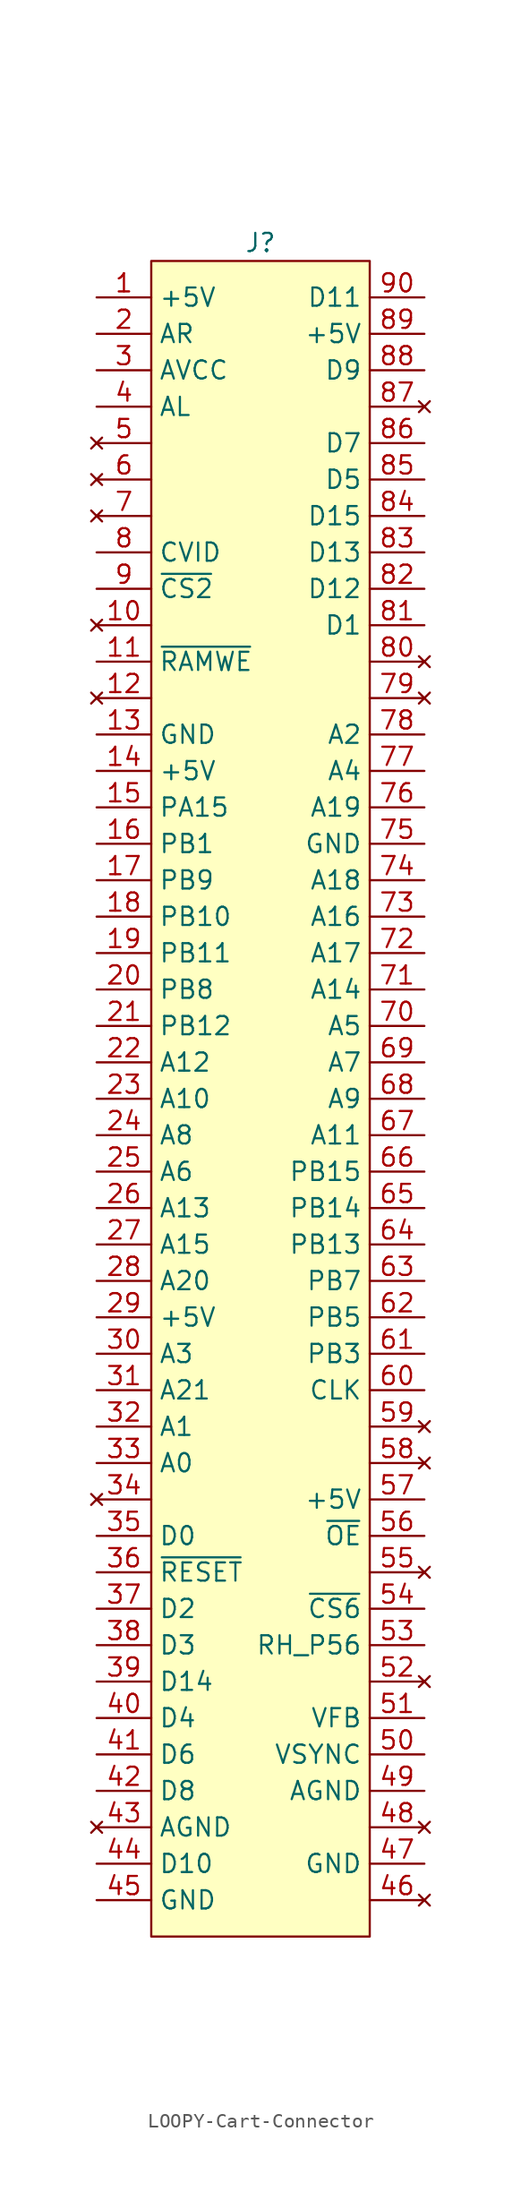
<source format=kicad_sym>
(kicad_symbol_lib
  (version 20220914)
  (generator kicad_symbol_editor)
  (symbol "LOOPY-Cart-Connector"
    (property "Reference" "J"
      (at 0 1.27 0)
      (effects (font (size 1.27 1.27))))
    (property "Value" ""
      (at 0 0 0)
      (effects (font (size 1.27 1.27))))
    (symbol "LOOPY-Cart-Connector_1_1"
      (rectangle (start -7.62 0) (end 7.62 -116.84) (stroke (width 0) (type default)) (fill (type background)))
      (pin power_in line (at -11.43 -2.54 0) (length 3.81) (name "+5V" (effects (font (size 1.27 1.27)))) (number "1" (effects (font (size 1.27 1.27)))))
      (pin no_connect line (at -11.43 -25.4 0) (length 3.81) (name "" (effects (font (size 1.27 1.27)))) (number "10" (effects (font (size 1.27 1.27)))))
      (pin output line (at -11.43 -27.94 0) (length 3.81) (name "~{RAMWE}" (effects (font (size 1.27 1.27)))) (number "11" (effects (font (size 1.27 1.27)))))
      (pin no_connect line (at -11.43 -30.48 0) (length 3.81) (name "" (effects (font (size 1.27 1.27)))) (number "12" (effects (font (size 1.27 1.27)))))
      (pin power_in line (at -11.43 -33.02 0) (length 3.81) (name "GND" (effects (font (size 1.27 1.27)))) (number "13" (effects (font (size 1.27 1.27)))))
      (pin power_in line (at -11.43 -35.56 0) (length 3.81) (name "+5V" (effects (font (size 1.27 1.27)))) (number "14" (effects (font (size 1.27 1.27)))))
      (pin passive line (at -11.43 -38.1 0) (length 3.81) (name "PA15" (effects (font (size 1.27 1.27)))) (number "15" (effects (font (size 1.27 1.27)))))
      (pin passive line (at -11.43 -40.64 0) (length 3.81) (name "PB1" (effects (font (size 1.27 1.27)))) (number "16" (effects (font (size 1.27 1.27)))))
      (pin passive line (at -11.43 -43.18 0) (length 3.81) (name "PB9" (effects (font (size 1.27 1.27)))) (number "17" (effects (font (size 1.27 1.27)))))
      (pin passive line (at -11.43 -45.72 0) (length 3.81) (name "PB10" (effects (font (size 1.27 1.27)))) (number "18" (effects (font (size 1.27 1.27)))))
      (pin passive line (at -11.43 -48.26 0) (length 3.81) (name "PB11" (effects (font (size 1.27 1.27)))) (number "19" (effects (font (size 1.27 1.27)))))
      (pin passive line (at -11.43 -5.08 0) (length 3.81) (name "AR" (effects (font (size 1.27 1.27)))) (number "2" (effects (font (size 1.27 1.27)))))
      (pin passive line (at -11.43 -50.8 0) (length 3.81) (name "PB8" (effects (font (size 1.27 1.27)))) (number "20" (effects (font (size 1.27 1.27)))))
      (pin passive line (at -11.43 -53.34 0) (length 3.81) (name "PB12" (effects (font (size 1.27 1.27)))) (number "21" (effects (font (size 1.27 1.27)))))
      (pin bidirectional line (at -11.43 -55.88 0) (length 3.81) (name "A12" (effects (font (size 1.27 1.27)))) (number "22" (effects (font (size 1.27 1.27)))))
      (pin bidirectional line (at -11.43 -58.42 0) (length 3.81) (name "A10" (effects (font (size 1.27 1.27)))) (number "23" (effects (font (size 1.27 1.27)))))
      (pin bidirectional line (at -11.43 -60.96 0) (length 3.81) (name "A8" (effects (font (size 1.27 1.27)))) (number "24" (effects (font (size 1.27 1.27)))))
      (pin bidirectional line (at -11.43 -63.5 0) (length 3.81) (name "A6" (effects (font (size 1.27 1.27)))) (number "25" (effects (font (size 1.27 1.27)))))
      (pin bidirectional line (at -11.43 -66.04 0) (length 3.81) (name "A13" (effects (font (size 1.27 1.27)))) (number "26" (effects (font (size 1.27 1.27)))))
      (pin bidirectional line (at -11.43 -68.58 0) (length 3.81) (name "A15" (effects (font (size 1.27 1.27)))) (number "27" (effects (font (size 1.27 1.27)))))
      (pin bidirectional line (at -11.43 -71.12 0) (length 3.81) (name "A20" (effects (font (size 1.27 1.27)))) (number "28" (effects (font (size 1.27 1.27)))))
      (pin power_out line (at -11.43 -73.66 0) (length 3.81) (name "+5V" (effects (font (size 1.27 1.27)))) (number "29" (effects (font (size 1.27 1.27)))))
      (pin passive line (at -11.43 -7.62 0) (length 3.81) (name "AVCC" (effects (font (size 1.27 1.27)))) (number "3" (effects (font (size 1.27 1.27)))))
      (pin bidirectional line (at -11.43 -76.2 0) (length 3.81) (name "A3" (effects (font (size 1.27 1.27)))) (number "30" (effects (font (size 1.27 1.27)))))
      (pin bidirectional line (at -11.43 -78.74 0) (length 3.81) (name "A21" (effects (font (size 1.27 1.27)))) (number "31" (effects (font (size 1.27 1.27)))))
      (pin bidirectional line (at -11.43 -81.28 0) (length 3.81) (name "A1" (effects (font (size 1.27 1.27)))) (number "32" (effects (font (size 1.27 1.27)))))
      (pin bidirectional line (at -11.43 -83.82 0) (length 3.81) (name "A0" (effects (font (size 1.27 1.27)))) (number "33" (effects (font (size 1.27 1.27)))))
      (pin no_connect line (at -11.43 -86.36 0) (length 3.81) (name "" (effects (font (size 1.27 1.27)))) (number "34" (effects (font (size 1.27 1.27)))))
      (pin bidirectional line (at -11.43 -88.9 0) (length 3.81) (name "D0" (effects (font (size 1.27 1.27)))) (number "35" (effects (font (size 1.27 1.27)))))
      (pin output line (at -11.43 -91.44 0) (length 3.81) (name "~{RESET}" (effects (font (size 1.27 1.27)))) (number "36" (effects (font (size 1.27 1.27)))))
      (pin bidirectional line (at -11.43 -93.98 0) (length 3.81) (name "D2" (effects (font (size 1.27 1.27)))) (number "37" (effects (font (size 1.27 1.27)))))
      (pin bidirectional line (at -11.43 -96.52 0) (length 3.81) (name "D3" (effects (font (size 1.27 1.27)))) (number "38" (effects (font (size 1.27 1.27)))))
      (pin bidirectional line (at -11.43 -99.06 0) (length 3.81) (name "D14" (effects (font (size 1.27 1.27)))) (number "39" (effects (font (size 1.27 1.27)))))
      (pin passive line (at -11.43 -10.16 0) (length 3.81) (name "AL" (effects (font (size 1.27 1.27)))) (number "4" (effects (font (size 1.27 1.27)))))
      (pin bidirectional line (at -11.43 -101.6 0) (length 3.81) (name "D4" (effects (font (size 1.27 1.27)))) (number "40" (effects (font (size 1.27 1.27)))))
      (pin bidirectional line (at -11.43 -104.14 0) (length 3.81) (name "D6" (effects (font (size 1.27 1.27)))) (number "41" (effects (font (size 1.27 1.27)))))
      (pin bidirectional line (at -11.43 -106.68 0) (length 3.81) (name "D8" (effects (font (size 1.27 1.27)))) (number "42" (effects (font (size 1.27 1.27)))))
      (pin no_connect line (at -11.43 -109.22 0) (length 3.81) (name "AGND" (effects (font (size 1.27 1.27)))) (number "43" (effects (font (size 1.27 1.27)))))
      (pin bidirectional line (at -11.43 -111.76 0) (length 3.81) (name "D10" (effects (font (size 1.27 1.27)))) (number "44" (effects (font (size 1.27 1.27)))))
      (pin power_in line (at -11.43 -114.3 0) (length 3.81) (name "GND" (effects (font (size 1.27 1.27)))) (number "45" (effects (font (size 1.27 1.27)))))
      (pin no_connect line (at 11.43 -114.3 180) (length 3.81) (name "" (effects (font (size 1.27 1.27)))) (number "46" (effects (font (size 1.27 1.27)))))
      (pin power_in line (at 11.43 -111.76 180) (length 3.81) (name "GND" (effects (font (size 1.27 1.27)))) (number "47" (effects (font (size 1.27 1.27)))))
      (pin no_connect line (at 11.43 -109.22 180) (length 3.81) (name "" (effects (font (size 1.27 1.27)))) (number "48" (effects (font (size 1.27 1.27)))))
      (pin passive line (at 11.43 -106.68 180) (length 3.81) (name "AGND" (effects (font (size 1.27 1.27)))) (number "49" (effects (font (size 1.27 1.27)))))
      (pin no_connect line (at -11.43 -12.7 0) (length 3.81) (name "" (effects (font (size 1.27 1.27)))) (number "5" (effects (font (size 1.27 1.27)))))
      (pin passive line (at 11.43 -104.14 180) (length 3.81) (name "VSYNC" (effects (font (size 1.27 1.27)))) (number "50" (effects (font (size 1.27 1.27)))))
      (pin passive line (at 11.43 -101.6 180) (length 3.81) (name "VFB" (effects (font (size 1.27 1.27)))) (number "51" (effects (font (size 1.27 1.27)))))
      (pin no_connect line (at 11.43 -99.06 180) (length 3.81) (name "" (effects (font (size 1.27 1.27)))) (number "52" (effects (font (size 1.27 1.27)))))
      (pin passive line (at 11.43 -96.52 180) (length 3.81) (name "RH_P56" (effects (font (size 1.27 1.27)))) (number "53" (effects (font (size 1.27 1.27)))))
      (pin output line (at 11.43 -93.98 180) (length 3.81) (name "~{CS6}" (effects (font (size 1.27 1.27)))) (number "54" (effects (font (size 1.27 1.27)))))
      (pin no_connect line (at 11.43 -91.44 180) (length 3.81) (name "" (effects (font (size 1.27 1.27)))) (number "55" (effects (font (size 1.27 1.27)))))
      (pin passive line (at 11.43 -88.9 180) (length 3.81) (name "~{OE}" (effects (font (size 1.27 1.27)))) (number "56" (effects (font (size 1.27 1.27)))))
      (pin power_in line (at 11.43 -86.36 180) (length 3.81) (name "+5V" (effects (font (size 1.27 1.27)))) (number "57" (effects (font (size 1.27 1.27)))))
      (pin no_connect line (at 11.43 -83.82 180) (length 3.81) (name "" (effects (font (size 1.27 1.27)))) (number "58" (effects (font (size 1.27 1.27)))))
      (pin no_connect line (at 11.43 -81.28 180) (length 3.81) (name "" (effects (font (size 1.27 1.27)))) (number "59" (effects (font (size 1.27 1.27)))))
      (pin no_connect line (at -11.43 -15.24 0) (length 3.81) (name "" (effects (font (size 1.27 1.27)))) (number "6" (effects (font (size 1.27 1.27)))))
      (pin passive line (at 11.43 -78.74 180) (length 3.81) (name "CLK" (effects (font (size 1.27 1.27)))) (number "60" (effects (font (size 1.27 1.27)))))
      (pin passive line (at 11.43 -76.2 180) (length 3.81) (name "PB3" (effects (font (size 1.27 1.27)))) (number "61" (effects (font (size 1.27 1.27)))))
      (pin passive line (at 11.43 -73.66 180) (length 3.81) (name "PB5" (effects (font (size 1.27 1.27)))) (number "62" (effects (font (size 1.27 1.27)))))
      (pin passive line (at 11.43 -71.12 180) (length 3.81) (name "PB7" (effects (font (size 1.27 1.27)))) (number "63" (effects (font (size 1.27 1.27)))))
      (pin passive line (at 11.43 -68.58 180) (length 3.81) (name "PB13" (effects (font (size 1.27 1.27)))) (number "64" (effects (font (size 1.27 1.27)))))
      (pin passive line (at 11.43 -66.04 180) (length 3.81) (name "PB14" (effects (font (size 1.27 1.27)))) (number "65" (effects (font (size 1.27 1.27)))))
      (pin passive line (at 11.43 -63.5 180) (length 3.81) (name "PB15" (effects (font (size 1.27 1.27)))) (number "66" (effects (font (size 1.27 1.27)))))
      (pin bidirectional line (at 11.43 -60.96 180) (length 3.81) (name "A11" (effects (font (size 1.27 1.27)))) (number "67" (effects (font (size 1.27 1.27)))))
      (pin bidirectional line (at 11.43 -58.42 180) (length 3.81) (name "A9" (effects (font (size 1.27 1.27)))) (number "68" (effects (font (size 1.27 1.27)))))
      (pin bidirectional line (at 11.43 -55.88 180) (length 3.81) (name "A7" (effects (font (size 1.27 1.27)))) (number "69" (effects (font (size 1.27 1.27)))))
      (pin no_connect line (at -11.43 -17.78 0) (length 3.81) (name "" (effects (font (size 1.27 1.27)))) (number "7" (effects (font (size 1.27 1.27)))))
      (pin bidirectional line (at 11.43 -53.34 180) (length 3.81) (name "A5" (effects (font (size 1.27 1.27)))) (number "70" (effects (font (size 1.27 1.27)))))
      (pin bidirectional line (at 11.43 -50.8 180) (length 3.81) (name "A14" (effects (font (size 1.27 1.27)))) (number "71" (effects (font (size 1.27 1.27)))))
      (pin bidirectional line (at 11.43 -48.26 180) (length 3.81) (name "A17" (effects (font (size 1.27 1.27)))) (number "72" (effects (font (size 1.27 1.27)))))
      (pin bidirectional line (at 11.43 -45.72 180) (length 3.81) (name "A16" (effects (font (size 1.27 1.27)))) (number "73" (effects (font (size 1.27 1.27)))))
      (pin bidirectional line (at 11.43 -43.18 180) (length 3.81) (name "A18" (effects (font (size 1.27 1.27)))) (number "74" (effects (font (size 1.27 1.27)))))
      (pin power_in line (at 11.43 -40.64 180) (length 3.81) (name "GND" (effects (font (size 1.27 1.27)))) (number "75" (effects (font (size 1.27 1.27)))))
      (pin bidirectional line (at 11.43 -38.1 180) (length 3.81) (name "A19" (effects (font (size 1.27 1.27)))) (number "76" (effects (font (size 1.27 1.27)))))
      (pin bidirectional line (at 11.43 -35.56 180) (length 3.81) (name "A4" (effects (font (size 1.27 1.27)))) (number "77" (effects (font (size 1.27 1.27)))))
      (pin bidirectional line (at 11.43 -33.02 180) (length 3.81) (name "A2" (effects (font (size 1.27 1.27)))) (number "78" (effects (font (size 1.27 1.27)))))
      (pin no_connect line (at 11.43 -30.48 180) (length 3.81) (name "" (effects (font (size 1.27 1.27)))) (number "79" (effects (font (size 1.27 1.27)))))
      (pin passive line (at -11.43 -20.32 0) (length 3.81) (name "CVID" (effects (font (size 1.27 1.27)))) (number "8" (effects (font (size 1.27 1.27)))))
      (pin no_connect line (at 11.43 -27.94 180) (length 3.81) (name "" (effects (font (size 1.27 1.27)))) (number "80" (effects (font (size 1.27 1.27)))))
      (pin bidirectional line (at 11.43 -25.4 180) (length 3.81) (name "D1" (effects (font (size 1.27 1.27)))) (number "81" (effects (font (size 1.27 1.27)))))
      (pin bidirectional line (at 11.43 -22.86 180) (length 3.81) (name "D12" (effects (font (size 1.27 1.27)))) (number "82" (effects (font (size 1.27 1.27)))))
      (pin bidirectional line (at 11.43 -20.32 180) (length 3.81) (name "D13" (effects (font (size 1.27 1.27)))) (number "83" (effects (font (size 1.27 1.27)))))
      (pin bidirectional line (at 11.43 -17.78 180) (length 3.81) (name "D15" (effects (font (size 1.27 1.27)))) (number "84" (effects (font (size 1.27 1.27)))))
      (pin bidirectional line (at 11.43 -15.24 180) (length 3.81) (name "D5" (effects (font (size 1.27 1.27)))) (number "85" (effects (font (size 1.27 1.27)))))
      (pin bidirectional line (at 11.43 -12.7 180) (length 3.81) (name "D7" (effects (font (size 1.27 1.27)))) (number "86" (effects (font (size 1.27 1.27)))))
      (pin no_connect line (at 11.43 -10.16 180) (length 3.81) (name "" (effects (font (size 1.27 1.27)))) (number "87" (effects (font (size 1.27 1.27)))))
      (pin bidirectional line (at 11.43 -7.62 180) (length 3.81) (name "D9" (effects (font (size 1.27 1.27)))) (number "88" (effects (font (size 1.27 1.27)))))
      (pin power_in line (at 11.43 -5.08 180) (length 3.81) (name "+5V" (effects (font (size 1.27 1.27)))) (number "89" (effects (font (size 1.27 1.27)))))
      (pin output line (at -11.43 -22.86 0) (length 3.81) (name "~{CS2}" (effects (font (size 1.27 1.27)))) (number "9" (effects (font (size 1.27 1.27)))))
      (pin bidirectional line (at 11.43 -2.54 180) (length 3.81) (name "D11" (effects (font (size 1.27 1.27)))) (number "90" (effects (font (size 1.27 1.27))))))))
</source>
